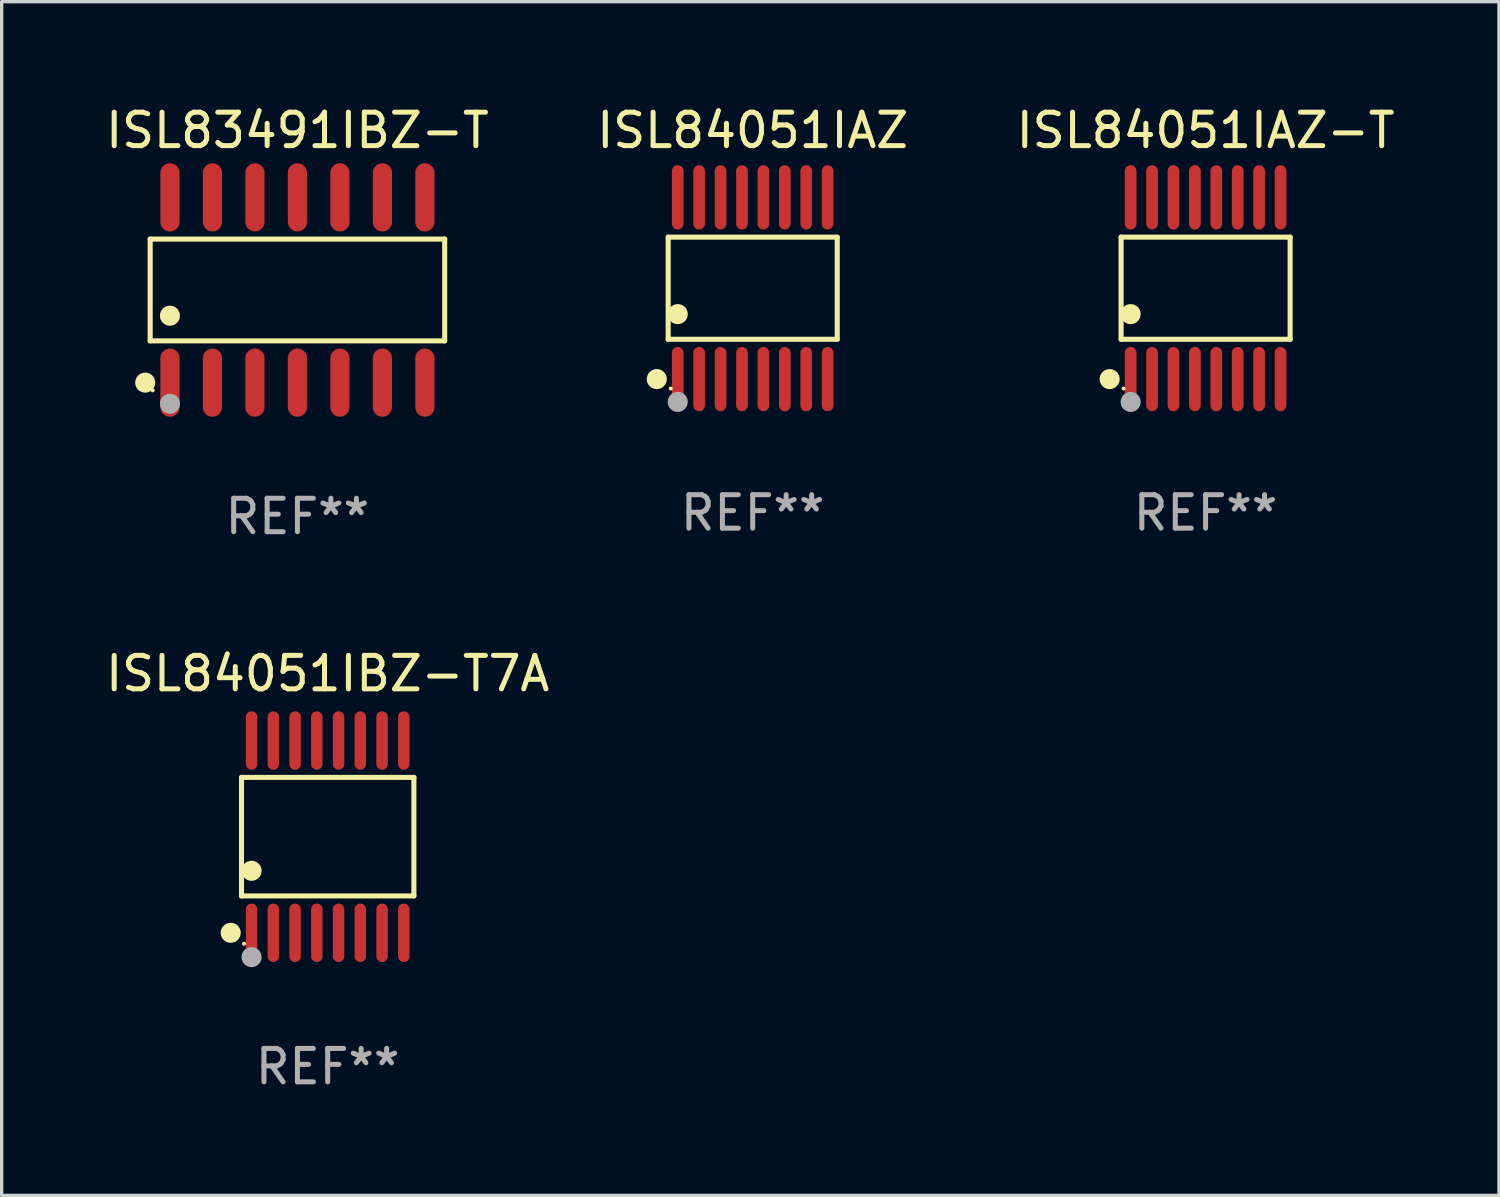
<source format=kicad_pcb>
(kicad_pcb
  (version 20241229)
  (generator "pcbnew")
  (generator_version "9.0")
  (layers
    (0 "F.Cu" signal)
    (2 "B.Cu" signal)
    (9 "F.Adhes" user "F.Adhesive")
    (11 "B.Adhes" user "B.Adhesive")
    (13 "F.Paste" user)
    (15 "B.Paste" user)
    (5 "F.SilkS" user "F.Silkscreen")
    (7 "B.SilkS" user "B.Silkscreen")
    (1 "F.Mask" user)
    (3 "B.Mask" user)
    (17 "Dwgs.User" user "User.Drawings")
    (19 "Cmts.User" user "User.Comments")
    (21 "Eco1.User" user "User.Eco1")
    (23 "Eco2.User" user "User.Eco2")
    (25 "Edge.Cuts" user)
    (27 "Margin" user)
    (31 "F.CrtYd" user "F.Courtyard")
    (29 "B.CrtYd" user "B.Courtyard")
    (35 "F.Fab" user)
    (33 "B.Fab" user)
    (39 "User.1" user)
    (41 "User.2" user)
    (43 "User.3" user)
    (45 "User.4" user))
  (footprint "ISL84051IAZ-T"
    (layer "F.Cu")
    (at 32.982 5.564)
    (property "Reference" "ISL84051IAZ-T" (at 0 -4.716 0) (layer "F.SilkS") (effects (font (size 1 1) (thickness 0.15))))
    (attr through_hole)
    (fp_line (start -2.526 -1.526) (end 2.526 -1.526) (stroke (width 0.152) (type solid)) (layer "F.SilkS"))
    (fp_line (start -2.526 1.526) (end -2.526 -1.526) (stroke (width 0.152) (type solid)) (layer "F.SilkS"))
    (fp_line (start 2.526 -1.526) (end 2.526 1.526) (stroke (width 0.152) (type solid)) (layer "F.SilkS"))
    (fp_line (start 2.526 1.526) (end -2.526 1.526) (stroke (width 0.152) (type solid)) (layer "F.SilkS"))
    (fp_circle (center -2.867 2.716) (end -2.717 2.716) (stroke (width 0.3) (type solid)) (fill no) (layer "F.SilkS"))
    (fp_circle (center -2.45 2.997) (end -2.42 2.997) (stroke (width 0.06) (type solid)) (fill no) (layer "F.SilkS"))
    (fp_circle (center -2.24 0.774) (end -2.09 0.774) (stroke (width 0.3) (type solid)) (fill no) (layer "F.SilkS"))
    (fp_circle (center -2.24 3.398) (end -2.09 3.398) (stroke (width 0.3) (type solid)) (fill no) (layer "F.Fab"))
    (fp_text user "REF**" (at 0 6.716 0) (layer "F.Fab") (effects (font (size 1 1) (thickness 0.15))))
    (pad "1" smd oval (at -2.24 2.716) (size 0.35 1.922) (layers "F.Cu" "F.Mask" "F.Paste"))
    (pad "2" smd oval (at -1.6 2.716) (size 0.35 1.922) (layers "F.Cu" "F.Mask" "F.Paste"))
    (pad "3" smd oval (at -0.96 2.716) (size 0.35 1.922) (layers "F.Cu" "F.Mask" "F.Paste"))
    (pad "4" smd oval (at -0.32 2.716) (size 0.35 1.922) (layers "F.Cu" "F.Mask" "F.Paste"))
    (pad "5" smd oval (at 0.32 2.716) (size 0.35 1.922) (layers "F.Cu" "F.Mask" "F.Paste"))
    (pad "6" smd oval (at 0.96 2.716) (size 0.35 1.922) (layers "F.Cu" "F.Mask" "F.Paste"))
    (pad "7" smd oval (at 1.6 2.716) (size 0.35 1.922) (layers "F.Cu" "F.Mask" "F.Paste"))
    (pad "8" smd oval (at 2.24 2.716) (size 0.35 1.922) (layers "F.Cu" "F.Mask" "F.Paste"))
    (pad "9" smd oval (at 2.24 -2.716) (size 0.35 1.922) (layers "F.Cu" "F.Mask" "F.Paste"))
    (pad "10" smd oval (at 1.6 -2.716) (size 0.35 1.922) (layers "F.Cu" "F.Mask" "F.Paste"))
    (pad "11" smd oval (at 0.96 -2.716) (size 0.35 1.922) (layers "F.Cu" "F.Mask" "F.Paste"))
    (pad "12" smd oval (at 0.32 -2.716) (size 0.35 1.922) (layers "F.Cu" "F.Mask" "F.Paste"))
    (pad "13" smd oval (at -0.32 -2.716) (size 0.35 1.922) (layers "F.Cu" "F.Mask" "F.Paste"))
    (pad "14" smd oval (at -0.96 -2.716) (size 0.35 1.922) (layers "F.Cu" "F.Mask" "F.Paste"))
    (pad "15" smd oval (at -1.6 -2.716) (size 0.35 1.922) (layers "F.Cu" "F.Mask" "F.Paste"))
    (pad "16" smd oval (at -2.24 -2.716) (size 0.35 1.922) (layers "F.Cu" "F.Mask" "F.Paste")))
  (footprint "ISL84051IAZ"
    (layer "F.Cu")
    (at 19.446 5.564)
    (property "Reference" "ISL84051IAZ" (at 0 -4.716 0) (layer "F.SilkS") (effects (font (size 1 1) (thickness 0.15))))
    (attr through_hole)
    (fp_line (start -2.526 -1.526) (end 2.526 -1.526) (stroke (width 0.152) (type solid)) (layer "F.SilkS"))
    (fp_line (start -2.526 1.526) (end -2.526 -1.526) (stroke (width 0.152) (type solid)) (layer "F.SilkS"))
    (fp_line (start 2.526 -1.526) (end 2.526 1.526) (stroke (width 0.152) (type solid)) (layer "F.SilkS"))
    (fp_line (start 2.526 1.526) (end -2.526 1.526) (stroke (width 0.152) (type solid)) (layer "F.SilkS"))
    (fp_circle (center -2.867 2.716) (end -2.717 2.716) (stroke (width 0.3) (type solid)) (fill no) (layer "F.SilkS"))
    (fp_circle (center -2.45 2.997) (end -2.42 2.997) (stroke (width 0.06) (type solid)) (fill no) (layer "F.SilkS"))
    (fp_circle (center -2.24 0.774) (end -2.09 0.774) (stroke (width 0.3) (type solid)) (fill no) (layer "F.SilkS"))
    (fp_circle (center -2.24 3.398) (end -2.09 3.398) (stroke (width 0.3) (type solid)) (fill no) (layer "F.Fab"))
    (fp_text user "REF**" (at 0 6.716 0) (layer "F.Fab") (effects (font (size 1 1) (thickness 0.15))))
    (pad "1" smd oval (at -2.24 2.716) (size 0.35 1.922) (layers "F.Cu" "F.Mask" "F.Paste"))
    (pad "2" smd oval (at -1.6 2.716) (size 0.35 1.922) (layers "F.Cu" "F.Mask" "F.Paste"))
    (pad "3" smd oval (at -0.96 2.716) (size 0.35 1.922) (layers "F.Cu" "F.Mask" "F.Paste"))
    (pad "4" smd oval (at -0.32 2.716) (size 0.35 1.922) (layers "F.Cu" "F.Mask" "F.Paste"))
    (pad "5" smd oval (at 0.32 2.716) (size 0.35 1.922) (layers "F.Cu" "F.Mask" "F.Paste"))
    (pad "6" smd oval (at 0.96 2.716) (size 0.35 1.922) (layers "F.Cu" "F.Mask" "F.Paste"))
    (pad "7" smd oval (at 1.6 2.716) (size 0.35 1.922) (layers "F.Cu" "F.Mask" "F.Paste"))
    (pad "8" smd oval (at 2.24 2.716) (size 0.35 1.922) (layers "F.Cu" "F.Mask" "F.Paste"))
    (pad "9" smd oval (at 2.24 -2.716) (size 0.35 1.922) (layers "F.Cu" "F.Mask" "F.Paste"))
    (pad "10" smd oval (at 1.6 -2.716) (size 0.35 1.922) (layers "F.Cu" "F.Mask" "F.Paste"))
    (pad "11" smd oval (at 0.96 -2.716) (size 0.35 1.922) (layers "F.Cu" "F.Mask" "F.Paste"))
    (pad "12" smd oval (at 0.32 -2.716) (size 0.35 1.922) (layers "F.Cu" "F.Mask" "F.Paste"))
    (pad "13" smd oval (at -0.32 -2.716) (size 0.35 1.922) (layers "F.Cu" "F.Mask" "F.Paste"))
    (pad "14" smd oval (at -0.96 -2.716) (size 0.35 1.922) (layers "F.Cu" "F.Mask" "F.Paste"))
    (pad "15" smd oval (at -1.6 -2.716) (size 0.35 1.922) (layers "F.Cu" "F.Mask" "F.Paste"))
    (pad "16" smd oval (at -2.24 -2.716) (size 0.35 1.922) (layers "F.Cu" "F.Mask" "F.Paste")))
  (footprint "ISL83491IBZ-T"
    (layer "F.Cu")
    (at 5.839 5.617)
    (property "Reference" "ISL83491IBZ-T" (at 0 -4.769 0) (layer "F.SilkS") (effects (font (size 1 1) (thickness 0.15))))
    (attr through_hole)
    (fp_line (start -4.401 -1.521) (end 4.401 -1.521) (stroke (width 0.152) (type solid)) (layer "F.SilkS"))
    (fp_line (start -4.401 1.521) (end -4.401 -1.521) (stroke (width 0.152) (type solid)) (layer "F.SilkS"))
    (fp_line (start 4.401 -1.521) (end 4.401 1.521) (stroke (width 0.152) (type solid)) (layer "F.SilkS"))
    (fp_line (start 4.401 1.521) (end -4.401 1.521) (stroke (width 0.152) (type solid)) (layer "F.SilkS"))
    (fp_circle (center -4.549 2.769) (end -4.399 2.769) (stroke (width 0.3) (type solid)) (fill no) (layer "F.SilkS"))
    (fp_circle (center -4.325 3) (end -4.295 3) (stroke (width 0.06) (type solid)) (fill no) (layer "F.SilkS"))
    (fp_circle (center -3.81 0.769) (end -3.66 0.769) (stroke (width 0.3) (type solid)) (fill no) (layer "F.SilkS"))
    (fp_circle (center -3.81 3.4) (end -3.66 3.4) (stroke (width 0.3) (type solid)) (fill no) (layer "F.Fab"))
    (fp_text user "REF**" (at 0 6.769 0) (layer "F.Fab") (effects (font (size 1 1) (thickness 0.15))))
    (pad "1" smd oval (at -3.81 2.769) (size 0.574 2.038) (layers "F.Cu" "F.Mask" "F.Paste"))
    (pad "2" smd oval (at -2.54 2.769) (size 0.574 2.038) (layers "F.Cu" "F.Mask" "F.Paste"))
    (pad "3" smd oval (at -1.27 2.769) (size 0.574 2.038) (layers "F.Cu" "F.Mask" "F.Paste"))
    (pad "4" smd oval (at 0 2.769) (size 0.574 2.038) (layers "F.Cu" "F.Mask" "F.Paste"))
    (pad "5" smd oval (at 1.27 2.769) (size 0.574 2.038) (layers "F.Cu" "F.Mask" "F.Paste"))
    (pad "6" smd oval (at 2.54 2.769) (size 0.574 2.038) (layers "F.Cu" "F.Mask" "F.Paste"))
    (pad "7" smd oval (at 3.81 2.769) (size 0.574 2.038) (layers "F.Cu" "F.Mask" "F.Paste"))
    (pad "8" smd oval (at 3.81 -2.769) (size 0.574 2.038) (layers "F.Cu" "F.Mask" "F.Paste"))
    (pad "9" smd oval (at 2.54 -2.769) (size 0.574 2.038) (layers "F.Cu" "F.Mask" "F.Paste"))
    (pad "10" smd oval (at 1.27 -2.769) (size 0.574 2.038) (layers "F.Cu" "F.Mask" "F.Paste"))
    (pad "11" smd oval (at 0 -2.769) (size 0.574 2.038) (layers "F.Cu" "F.Mask" "F.Paste"))
    (pad "12" smd oval (at -1.27 -2.769) (size 0.574 2.038) (layers "F.Cu" "F.Mask" "F.Paste"))
    (pad "13" smd oval (at -2.54 -2.769) (size 0.574 2.038) (layers "F.Cu" "F.Mask" "F.Paste"))
    (pad "14" smd oval (at -3.81 -2.769) (size 0.574 2.038) (layers "F.Cu" "F.Mask" "F.Paste")))
  (footprint "ISL84051IBZ-T7A"
    (layer "F.Cu")
    (at 6.744 21.956)
    (property "Reference" "ISL84051IBZ-T7A" (at 0 -4.873 0) (layer "F.SilkS") (effects (font (size 1 1) (thickness 0.15))))
    (attr through_hole)
    (fp_line (start -2.576 -1.771) (end 2.576 -1.771) (stroke (width 0.152) (type solid)) (layer "F.SilkS"))
    (fp_line (start -2.576 1.771) (end -2.576 -1.771) (stroke (width 0.152) (type solid)) (layer "F.SilkS"))
    (fp_line (start 2.576 -1.771) (end 2.576 1.771) (stroke (width 0.152) (type solid)) (layer "F.SilkS"))
    (fp_line (start 2.576 1.771) (end -2.576 1.771) (stroke (width 0.152) (type solid)) (layer "F.SilkS"))
    (fp_circle (center -2.899 2.873) (end -2.749 2.873) (stroke (width 0.3) (type solid)) (fill no) (layer "F.SilkS"))
    (fp_circle (center -2.5 3.2) (end -2.47 3.2) (stroke (width 0.06) (type solid)) (fill no) (layer "F.SilkS"))
    (fp_circle (center -2.275 1.019) (end -2.125 1.019) (stroke (width 0.3) (type solid)) (fill no) (layer "F.SilkS"))
    (fp_circle (center -2.275 3.6) (end -2.125 3.6) (stroke (width 0.3) (type solid)) (fill no) (layer "F.Fab"))
    (fp_text user "REF**" (at 0 6.873 0) (layer "F.Fab") (effects (font (size 1 1) (thickness 0.15))))
    (pad "1" smd oval (at -2.275 2.873) (size 0.343 1.747) (layers "F.Cu" "F.Mask" "F.Paste"))
    (pad "2" smd oval (at -1.625 2.873) (size 0.343 1.747) (layers "F.Cu" "F.Mask" "F.Paste"))
    (pad "3" smd oval (at -0.975 2.873) (size 0.343 1.747) (layers "F.Cu" "F.Mask" "F.Paste"))
    (pad "4" smd oval (at -0.325 2.873) (size 0.343 1.747) (layers "F.Cu" "F.Mask" "F.Paste"))
    (pad "5" smd oval (at 0.325 2.873) (size 0.343 1.747) (layers "F.Cu" "F.Mask" "F.Paste"))
    (pad "6" smd oval (at 0.975 2.873) (size 0.343 1.747) (layers "F.Cu" "F.Mask" "F.Paste"))
    (pad "7" smd oval (at 1.625 2.873) (size 0.343 1.747) (layers "F.Cu" "F.Mask" "F.Paste"))
    (pad "8" smd oval (at 2.275 2.873) (size 0.343 1.747) (layers "F.Cu" "F.Mask" "F.Paste"))
    (pad "9" smd oval (at 2.275 -2.873) (size 0.343 1.747) (layers "F.Cu" "F.Mask" "F.Paste"))
    (pad "10" smd oval (at 1.625 -2.873) (size 0.343 1.747) (layers "F.Cu" "F.Mask" "F.Paste"))
    (pad "11" smd oval (at 0.975 -2.873) (size 0.343 1.747) (layers "F.Cu" "F.Mask" "F.Paste"))
    (pad "12" smd oval (at 0.325 -2.873) (size 0.343 1.747) (layers "F.Cu" "F.Mask" "F.Paste"))
    (pad "13" smd oval (at -0.325 -2.873) (size 0.343 1.747) (layers "F.Cu" "F.Mask" "F.Paste"))
    (pad "14" smd oval (at -0.975 -2.873) (size 0.343 1.747) (layers "F.Cu" "F.Mask" "F.Paste"))
    (pad "15" smd oval (at -1.625 -2.873) (size 0.343 1.747) (layers "F.Cu" "F.Mask" "F.Paste"))
    (pad "16" smd oval (at -2.275 -2.873) (size 0.343 1.747) (layers "F.Cu" "F.Mask" "F.Paste")))
  (gr_rect
    (start -3 -3)
    (end 41.75 32.678)
    (stroke (width 0.1) (type default))
    (fill no)
    (layer "Edge.Cuts")))
</source>
